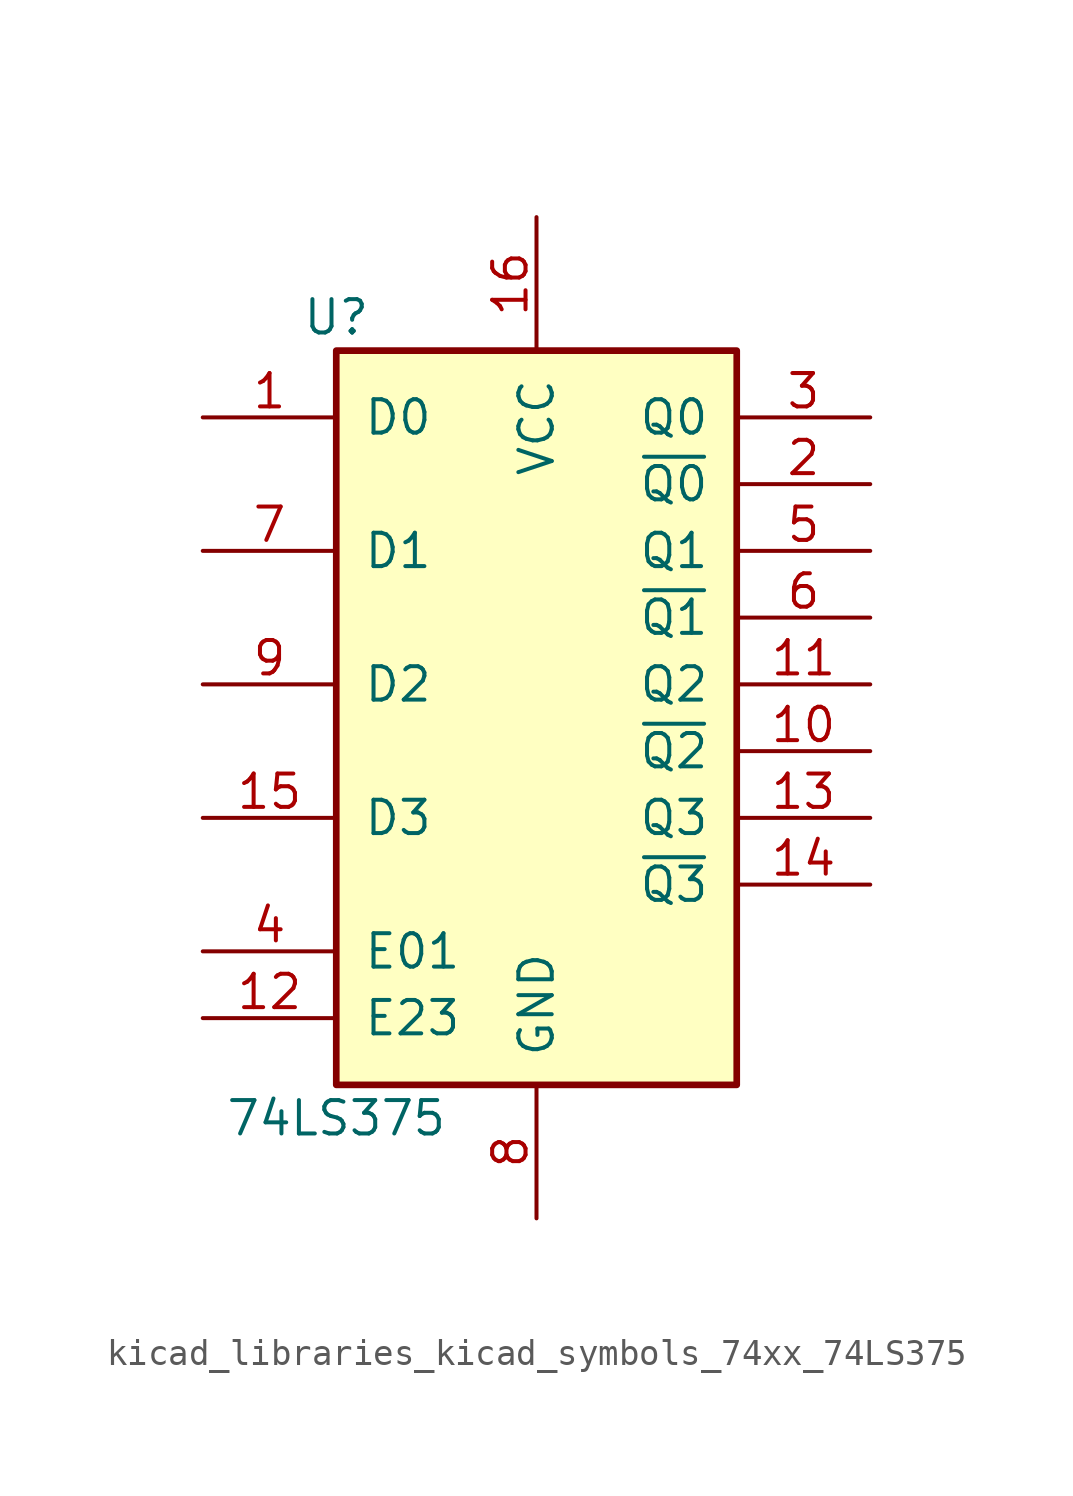
<source format=kicad_sym>
(kicad_symbol_lib
  (version 20220914)
  (generator kicad_symbol_editor)
  (symbol "kicad_libraries_kicad_symbols_74xx_74LS375"
    (pin_names
      (offset 1.016))
    (property "Reference" "U"
      (at -7.62 13.97 0)
      (effects (font (size 1.27 1.27))))
    (property "Value" "74LS375"
      (at -7.62 -16.51 0)
      (effects (font (size 1.27 1.27))))
    (property "ki_locked" ""
      (at 0 0 0)
      (effects (font (size 1.27 1.27))))
    (symbol "kicad_libraries_kicad_symbols_74xx_74LS375_1_0"
      (pin input line (at -12.7 10.16 0) (length 5.08) (name "D0" (effects (font (size 1.27 1.27)))) (number "1" (effects (font (size 1.27 1.27)))))
      (pin output line (at 12.7 -2.54 180) (length 5.08) (name "~{Q2}" (effects (font (size 1.27 1.27)))) (number "10" (effects (font (size 1.27 1.27)))))
      (pin output line (at 12.7 0 180) (length 5.08) (name "Q2" (effects (font (size 1.27 1.27)))) (number "11" (effects (font (size 1.27 1.27)))))
      (pin input line (at -12.7 -12.7 0) (length 5.08) (name "E23" (effects (font (size 1.27 1.27)))) (number "12" (effects (font (size 1.27 1.27)))))
      (pin output line (at 12.7 -5.08 180) (length 5.08) (name "Q3" (effects (font (size 1.27 1.27)))) (number "13" (effects (font (size 1.27 1.27)))))
      (pin output line (at 12.7 -7.62 180) (length 5.08) (name "~{Q3}" (effects (font (size 1.27 1.27)))) (number "14" (effects (font (size 1.27 1.27)))))
      (pin input line (at -12.7 -5.08 0) (length 5.08) (name "D3" (effects (font (size 1.27 1.27)))) (number "15" (effects (font (size 1.27 1.27)))))
      (pin power_in line (at 0 17.78 270) (length 5.08) (name "VCC" (effects (font (size 1.27 1.27)))) (number "16" (effects (font (size 1.27 1.27)))))
      (pin output line (at 12.7 7.62 180) (length 5.08) (name "~{Q0}" (effects (font (size 1.27 1.27)))) (number "2" (effects (font (size 1.27 1.27)))))
      (pin output line (at 12.7 10.16 180) (length 5.08) (name "Q0" (effects (font (size 1.27 1.27)))) (number "3" (effects (font (size 1.27 1.27)))))
      (pin input line (at -12.7 -10.16 0) (length 5.08) (name "E01" (effects (font (size 1.27 1.27)))) (number "4" (effects (font (size 1.27 1.27)))))
      (pin output line (at 12.7 5.08 180) (length 5.08) (name "Q1" (effects (font (size 1.27 1.27)))) (number "5" (effects (font (size 1.27 1.27)))))
      (pin output line (at 12.7 2.54 180) (length 5.08) (name "~{Q1}" (effects (font (size 1.27 1.27)))) (number "6" (effects (font (size 1.27 1.27)))))
      (pin input line (at -12.7 5.08 0) (length 5.08) (name "D1" (effects (font (size 1.27 1.27)))) (number "7" (effects (font (size 1.27 1.27)))))
      (pin power_in line (at 0 -20.32 90) (length 5.08) (name "GND" (effects (font (size 1.27 1.27)))) (number "8" (effects (font (size 1.27 1.27)))))
      (pin input line (at -12.7 0 0) (length 5.08) (name "D2" (effects (font (size 1.27 1.27)))) (number "9" (effects (font (size 1.27 1.27))))))
    (symbol "kicad_libraries_kicad_symbols_74xx_74LS375_1_1"
      (rectangle (start -7.62 12.7) (end 7.62 -15.24) (stroke (width 0.254) (type default)) (fill (type background))))))
</source>
